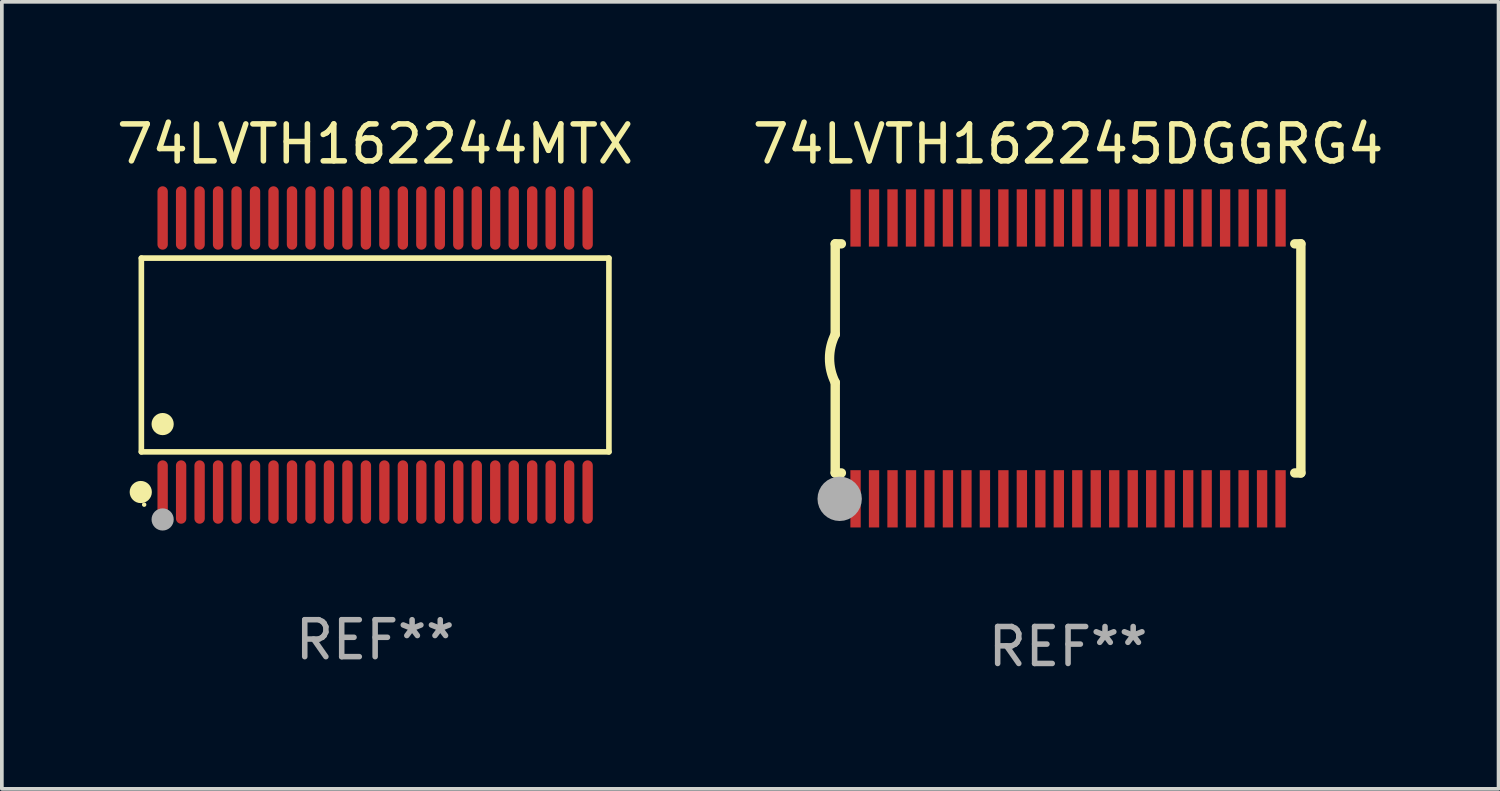
<source format=kicad_pcb>
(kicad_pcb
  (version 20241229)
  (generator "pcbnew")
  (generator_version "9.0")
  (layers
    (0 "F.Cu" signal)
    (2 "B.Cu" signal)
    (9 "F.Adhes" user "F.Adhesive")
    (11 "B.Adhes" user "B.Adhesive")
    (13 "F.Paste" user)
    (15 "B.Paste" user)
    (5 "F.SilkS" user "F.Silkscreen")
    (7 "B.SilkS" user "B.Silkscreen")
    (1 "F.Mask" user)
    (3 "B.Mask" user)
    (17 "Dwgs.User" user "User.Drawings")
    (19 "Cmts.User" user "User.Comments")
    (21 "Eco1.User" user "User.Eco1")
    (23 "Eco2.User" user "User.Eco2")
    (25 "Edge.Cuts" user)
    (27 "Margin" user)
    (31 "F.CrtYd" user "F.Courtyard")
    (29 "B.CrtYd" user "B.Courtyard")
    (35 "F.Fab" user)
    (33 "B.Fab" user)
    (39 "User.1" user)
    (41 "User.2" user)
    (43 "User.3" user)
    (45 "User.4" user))
  (footprint "74LVTH162245DGGRG4"
    (layer "F.Cu")
    (at 25.851 6.648)
    (property "Reference" "74LVTH162245DGGRG4" (at 0 -5.8 0) (layer "F.SilkS") (effects (font (size 1 1) (thickness 0.15))))
    (attr through_hole)
    (fp_line (start -6.3 -3.1) (end -6.3 -0.65) (stroke (width 0.254) (type solid)) (layer "F.SilkS"))
    (fp_line (start -6.3 -3.1) (end -6.134 -3.1) (stroke (width 0.254) (type solid)) (layer "F.SilkS"))
    (fp_line (start -6.3 3.1) (end -6.3 0.65) (stroke (width 0.254) (type solid)) (layer "F.SilkS"))
    (fp_line (start -6.3 3.1) (end -6.134 3.1) (stroke (width 0.254) (type solid)) (layer "F.SilkS"))
    (fp_line (start 6.134 -3.1) (end 6.3 -3.1) (stroke (width 0.254) (type solid)) (layer "F.SilkS"))
    (fp_line (start 6.134 3.1) (end 6.3 3.1) (stroke (width 0.254) (type solid)) (layer "F.SilkS"))
    (fp_line (start 6.3 -3.1) (end 6.3 3.1) (stroke (width 0.254) (type solid)) (layer "F.SilkS"))
    (fp_arc (start -6.301016 0.650114) (mid -6.45413 -0.000082) (end -6.3 -0.650038) (stroke (width 0.254001) (type solid)) (layer "F.SilkS"))
    (fp_circle (center -6.35 3.81) (end -6.223 3.81) (stroke (width 0.254) (type solid)) (fill no) (layer "F.SilkS"))
    (fp_circle (center -6.25 4.05) (end -6.22 4.05) (stroke (width 0.06) (type solid)) (fill no) (layer "F.SilkS"))
    (fp_circle (center -6.18 3.8) (end -5.88 3.8) (stroke (width 0.6) (type solid)) (fill no) (layer "F.Fab"))
    (fp_text user "REF**" (at 0 7.8 0) (layer "F.Fab") (effects (font (size 1 1) (thickness 0.15))))
    (pad "1" smd rect (at -5.75 3.8) (size 0.28 1.55) (layers "F.Cu" "F.Mask" "F.Paste"))
    (pad "2" smd rect (at -5.25 3.8) (size 0.28 1.55) (layers "F.Cu" "F.Mask" "F.Paste"))
    (pad "3" smd rect (at -4.75 3.8) (size 0.28 1.55) (layers "F.Cu" "F.Mask" "F.Paste"))
    (pad "4" smd rect (at -4.25 3.8) (size 0.28 1.55) (layers "F.Cu" "F.Mask" "F.Paste"))
    (pad "5" smd rect (at -3.75 3.8) (size 0.28 1.55) (layers "F.Cu" "F.Mask" "F.Paste"))
    (pad "6" smd rect (at -3.25 3.8) (size 0.28 1.55) (layers "F.Cu" "F.Mask" "F.Paste"))
    (pad "7" smd rect (at -2.75 3.8) (size 0.28 1.55) (layers "F.Cu" "F.Mask" "F.Paste"))
    (pad "8" smd rect (at -2.25 3.8) (size 0.28 1.55) (layers "F.Cu" "F.Mask" "F.Paste"))
    (pad "9" smd rect (at -1.75 3.8) (size 0.28 1.55) (layers "F.Cu" "F.Mask" "F.Paste"))
    (pad "10" smd rect (at -1.25 3.8) (size 0.28 1.55) (layers "F.Cu" "F.Mask" "F.Paste"))
    (pad "11" smd rect (at -0.75 3.8) (size 0.28 1.55) (layers "F.Cu" "F.Mask" "F.Paste"))
    (pad "12" smd rect (at -0.25 3.8) (size 0.28 1.55) (layers "F.Cu" "F.Mask" "F.Paste"))
    (pad "13" smd rect (at 0.25 3.8) (size 0.28 1.55) (layers "F.Cu" "F.Mask" "F.Paste"))
    (pad "14" smd rect (at 0.75 3.8) (size 0.28 1.55) (layers "F.Cu" "F.Mask" "F.Paste"))
    (pad "15" smd rect (at 1.25 3.8) (size 0.28 1.55) (layers "F.Cu" "F.Mask" "F.Paste"))
    (pad "16" smd rect (at 1.75 3.8) (size 0.28 1.55) (layers "F.Cu" "F.Mask" "F.Paste"))
    (pad "17" smd rect (at 2.25 3.8) (size 0.28 1.55) (layers "F.Cu" "F.Mask" "F.Paste"))
    (pad "18" smd rect (at 2.75 3.8) (size 0.28 1.55) (layers "F.Cu" "F.Mask" "F.Paste"))
    (pad "19" smd rect (at 3.25 3.8) (size 0.28 1.55) (layers "F.Cu" "F.Mask" "F.Paste"))
    (pad "20" smd rect (at 3.75 3.8) (size 0.28 1.55) (layers "F.Cu" "F.Mask" "F.Paste"))
    (pad "21" smd rect (at 4.25 3.8) (size 0.28 1.55) (layers "F.Cu" "F.Mask" "F.Paste"))
    (pad "22" smd rect (at 4.75 3.8) (size 0.28 1.55) (layers "F.Cu" "F.Mask" "F.Paste"))
    (pad "23" smd rect (at 5.25 3.8) (size 0.28 1.55) (layers "F.Cu" "F.Mask" "F.Paste"))
    (pad "24" smd rect (at 5.75 3.8) (size 0.28 1.55) (layers "F.Cu" "F.Mask" "F.Paste"))
    (pad "25" smd rect (at 5.75 -3.8) (size 0.28 1.55) (layers "F.Cu" "F.Mask" "F.Paste"))
    (pad "26" smd rect (at 5.25 -3.8) (size 0.28 1.55) (layers "F.Cu" "F.Mask" "F.Paste"))
    (pad "27" smd rect (at 4.75 -3.8) (size 0.28 1.55) (layers "F.Cu" "F.Mask" "F.Paste"))
    (pad "28" smd rect (at 4.25 -3.8) (size 0.28 1.55) (layers "F.Cu" "F.Mask" "F.Paste"))
    (pad "29" smd rect (at 3.75 -3.8) (size 0.28 1.55) (layers "F.Cu" "F.Mask" "F.Paste"))
    (pad "30" smd rect (at 3.25 -3.8) (size 0.28 1.55) (layers "F.Cu" "F.Mask" "F.Paste"))
    (pad "31" smd rect (at 2.75 -3.8) (size 0.28 1.55) (layers "F.Cu" "F.Mask" "F.Paste"))
    (pad "32" smd rect (at 2.25 -3.8) (size 0.28 1.55) (layers "F.Cu" "F.Mask" "F.Paste"))
    (pad "33" smd rect (at 1.75 -3.8) (size 0.28 1.55) (layers "F.Cu" "F.Mask" "F.Paste"))
    (pad "34" smd rect (at 1.25 -3.8) (size 0.28 1.55) (layers "F.Cu" "F.Mask" "F.Paste"))
    (pad "35" smd rect (at 0.75 -3.8) (size 0.28 1.55) (layers "F.Cu" "F.Mask" "F.Paste"))
    (pad "36" smd rect (at 0.25 -3.8) (size 0.28 1.55) (layers "F.Cu" "F.Mask" "F.Paste"))
    (pad "37" smd rect (at -0.25 -3.8) (size 0.28 1.55) (layers "F.Cu" "F.Mask" "F.Paste"))
    (pad "38" smd rect (at -0.75 -3.8) (size 0.28 1.55) (layers "F.Cu" "F.Mask" "F.Paste"))
    (pad "39" smd rect (at -1.25 -3.8) (size 0.28 1.55) (layers "F.Cu" "F.Mask" "F.Paste"))
    (pad "40" smd rect (at -1.75 -3.8) (size 0.28 1.55) (layers "F.Cu" "F.Mask" "F.Paste"))
    (pad "41" smd rect (at -2.25 -3.8) (size 0.28 1.55) (layers "F.Cu" "F.Mask" "F.Paste"))
    (pad "42" smd rect (at -2.75 -3.8) (size 0.28 1.55) (layers "F.Cu" "F.Mask" "F.Paste"))
    (pad "43" smd rect (at -3.25 -3.8) (size 0.28 1.55) (layers "F.Cu" "F.Mask" "F.Paste"))
    (pad "44" smd rect (at -3.75 -3.8) (size 0.28 1.55) (layers "F.Cu" "F.Mask" "F.Paste"))
    (pad "45" smd rect (at -4.25 -3.8) (size 0.28 1.55) (layers "F.Cu" "F.Mask" "F.Paste"))
    (pad "46" smd rect (at -4.75 -3.8) (size 0.28 1.55) (layers "F.Cu" "F.Mask" "F.Paste"))
    (pad "47" smd rect (at -5.25 -3.8) (size 0.28 1.55) (layers "F.Cu" "F.Mask" "F.Paste"))
    (pad "48" smd rect (at -5.75 -3.8) (size 0.28 1.55) (layers "F.Cu" "F.Mask" "F.Paste")))
  (footprint "74LVTH162244MTX"
    (layer "F.Cu")
    (at 7.101 6.556)
    (property "Reference" "74LVTH162244MTX" (at 0 -5.708 0) (layer "F.SilkS") (effects (font (size 1 1) (thickness 0.15))))
    (attr through_hole)
    (fp_line (start -6.326 -2.622) (end 6.326 -2.622) (stroke (width 0.152) (type solid)) (layer "F.SilkS"))
    (fp_line (start -6.326 2.621) (end -6.326 -2.622) (stroke (width 0.152) (type solid)) (layer "F.SilkS"))
    (fp_line (start 6.326 -2.622) (end 6.326 2.621) (stroke (width 0.152) (type solid)) (layer "F.SilkS"))
    (fp_line (start 6.326 2.621) (end -6.326 2.621) (stroke (width 0.152) (type solid)) (layer "F.SilkS"))
    (fp_circle (center -6.342 3.708) (end -6.192 3.708) (stroke (width 0.3) (type solid)) (fill no) (layer "F.SilkS"))
    (fp_circle (center -6.25 4.05) (end -6.22 4.05) (stroke (width 0.06) (type solid)) (fill no) (layer "F.SilkS"))
    (fp_circle (center -5.75 1.869) (end -5.6 1.869) (stroke (width 0.3) (type solid)) (fill no) (layer "F.SilkS"))
    (fp_circle (center -5.75 4.45) (end -5.6 4.45) (stroke (width 0.3) (type solid)) (fill no) (layer "F.Fab"))
    (fp_text user "REF**" (at 0 7.708 0) (layer "F.Fab") (effects (font (size 1 1) (thickness 0.15))))
    (pad "1" smd oval (at -5.75 3.708) (size 0.28 1.715) (layers "F.Cu" "F.Mask" "F.Paste"))
    (pad "2" smd oval (at -5.25 3.708) (size 0.28 1.715) (layers "F.Cu" "F.Mask" "F.Paste"))
    (pad "3" smd oval (at -4.75 3.708) (size 0.28 1.715) (layers "F.Cu" "F.Mask" "F.Paste"))
    (pad "4" smd oval (at -4.25 3.708) (size 0.28 1.715) (layers "F.Cu" "F.Mask" "F.Paste"))
    (pad "5" smd oval (at -3.75 3.708) (size 0.28 1.715) (layers "F.Cu" "F.Mask" "F.Paste"))
    (pad "6" smd oval (at -3.25 3.708) (size 0.28 1.715) (layers "F.Cu" "F.Mask" "F.Paste"))
    (pad "7" smd oval (at -2.75 3.708) (size 0.28 1.715) (layers "F.Cu" "F.Mask" "F.Paste"))
    (pad "8" smd oval (at -2.25 3.708) (size 0.28 1.715) (layers "F.Cu" "F.Mask" "F.Paste"))
    (pad "9" smd oval (at -1.75 3.708) (size 0.28 1.715) (layers "F.Cu" "F.Mask" "F.Paste"))
    (pad "10" smd oval (at -1.25 3.708) (size 0.28 1.715) (layers "F.Cu" "F.Mask" "F.Paste"))
    (pad "11" smd oval (at -0.75 3.708) (size 0.28 1.715) (layers "F.Cu" "F.Mask" "F.Paste"))
    (pad "12" smd oval (at -0.25 3.708) (size 0.28 1.715) (layers "F.Cu" "F.Mask" "F.Paste"))
    (pad "13" smd oval (at 0.25 3.708) (size 0.28 1.715) (layers "F.Cu" "F.Mask" "F.Paste"))
    (pad "14" smd oval (at 0.75 3.708) (size 0.28 1.715) (layers "F.Cu" "F.Mask" "F.Paste"))
    (pad "15" smd oval (at 1.25 3.708) (size 0.28 1.715) (layers "F.Cu" "F.Mask" "F.Paste"))
    (pad "16" smd oval (at 1.75 3.708) (size 0.28 1.715) (layers "F.Cu" "F.Mask" "F.Paste"))
    (pad "17" smd oval (at 2.25 3.708) (size 0.28 1.715) (layers "F.Cu" "F.Mask" "F.Paste"))
    (pad "18" smd oval (at 2.75 3.708) (size 0.28 1.715) (layers "F.Cu" "F.Mask" "F.Paste"))
    (pad "19" smd oval (at 3.25 3.708) (size 0.28 1.715) (layers "F.Cu" "F.Mask" "F.Paste"))
    (pad "20" smd oval (at 3.75 3.708) (size 0.28 1.715) (layers "F.Cu" "F.Mask" "F.Paste"))
    (pad "21" smd oval (at 4.25 3.708) (size 0.28 1.715) (layers "F.Cu" "F.Mask" "F.Paste"))
    (pad "22" smd oval (at 4.75 3.708) (size 0.28 1.715) (layers "F.Cu" "F.Mask" "F.Paste"))
    (pad "23" smd oval (at 5.25 3.708) (size 0.28 1.715) (layers "F.Cu" "F.Mask" "F.Paste"))
    (pad "24" smd oval (at 5.75 3.708) (size 0.28 1.715) (layers "F.Cu" "F.Mask" "F.Paste"))
    (pad "25" smd oval (at 5.75 -3.708) (size 0.28 1.715) (layers "F.Cu" "F.Mask" "F.Paste"))
    (pad "26" smd oval (at 5.25 -3.708) (size 0.28 1.715) (layers "F.Cu" "F.Mask" "F.Paste"))
    (pad "27" smd oval (at 4.75 -3.708) (size 0.28 1.715) (layers "F.Cu" "F.Mask" "F.Paste"))
    (pad "28" smd oval (at 4.25 -3.708) (size 0.28 1.715) (layers "F.Cu" "F.Mask" "F.Paste"))
    (pad "29" smd oval (at 3.75 -3.708) (size 0.28 1.715) (layers "F.Cu" "F.Mask" "F.Paste"))
    (pad "30" smd oval (at 3.25 -3.708) (size 0.28 1.715) (layers "F.Cu" "F.Mask" "F.Paste"))
    (pad "31" smd oval (at 2.75 -3.708) (size 0.28 1.715) (layers "F.Cu" "F.Mask" "F.Paste"))
    (pad "32" smd oval (at 2.25 -3.708) (size 0.28 1.715) (layers "F.Cu" "F.Mask" "F.Paste"))
    (pad "33" smd oval (at 1.75 -3.708) (size 0.28 1.715) (layers "F.Cu" "F.Mask" "F.Paste"))
    (pad "34" smd oval (at 1.25 -3.708) (size 0.28 1.715) (layers "F.Cu" "F.Mask" "F.Paste"))
    (pad "35" smd oval (at 0.75 -3.708) (size 0.28 1.715) (layers "F.Cu" "F.Mask" "F.Paste"))
    (pad "36" smd oval (at 0.25 -3.708) (size 0.28 1.715) (layers "F.Cu" "F.Mask" "F.Paste"))
    (pad "37" smd oval (at -0.25 -3.708) (size 0.28 1.715) (layers "F.Cu" "F.Mask" "F.Paste"))
    (pad "38" smd oval (at -0.75 -3.708) (size 0.28 1.715) (layers "F.Cu" "F.Mask" "F.Paste"))
    (pad "39" smd oval (at -1.25 -3.708) (size 0.28 1.715) (layers "F.Cu" "F.Mask" "F.Paste"))
    (pad "40" smd oval (at -1.75 -3.708) (size 0.28 1.715) (layers "F.Cu" "F.Mask" "F.Paste"))
    (pad "41" smd oval (at -2.25 -3.708) (size 0.28 1.715) (layers "F.Cu" "F.Mask" "F.Paste"))
    (pad "42" smd oval (at -2.75 -3.708) (size 0.28 1.715) (layers "F.Cu" "F.Mask" "F.Paste"))
    (pad "43" smd oval (at -3.25 -3.708) (size 0.28 1.715) (layers "F.Cu" "F.Mask" "F.Paste"))
    (pad "44" smd oval (at -3.75 -3.708) (size 0.28 1.715) (layers "F.Cu" "F.Mask" "F.Paste"))
    (pad "45" smd oval (at -4.25 -3.708) (size 0.28 1.715) (layers "F.Cu" "F.Mask" "F.Paste"))
    (pad "46" smd oval (at -4.75 -3.708) (size 0.28 1.715) (layers "F.Cu" "F.Mask" "F.Paste"))
    (pad "47" smd oval (at -5.25 -3.708) (size 0.28 1.715) (layers "F.Cu" "F.Mask" "F.Paste"))
    (pad "48" smd oval (at -5.75 -3.708) (size 0.28 1.715) (layers "F.Cu" "F.Mask" "F.Paste")))
  (gr_rect
    (start -3 -3)
    (end 37.5 18.296)
    (stroke (width 0.1) (type default))
    (fill no)
    (layer "Edge.Cuts")))
</source>
